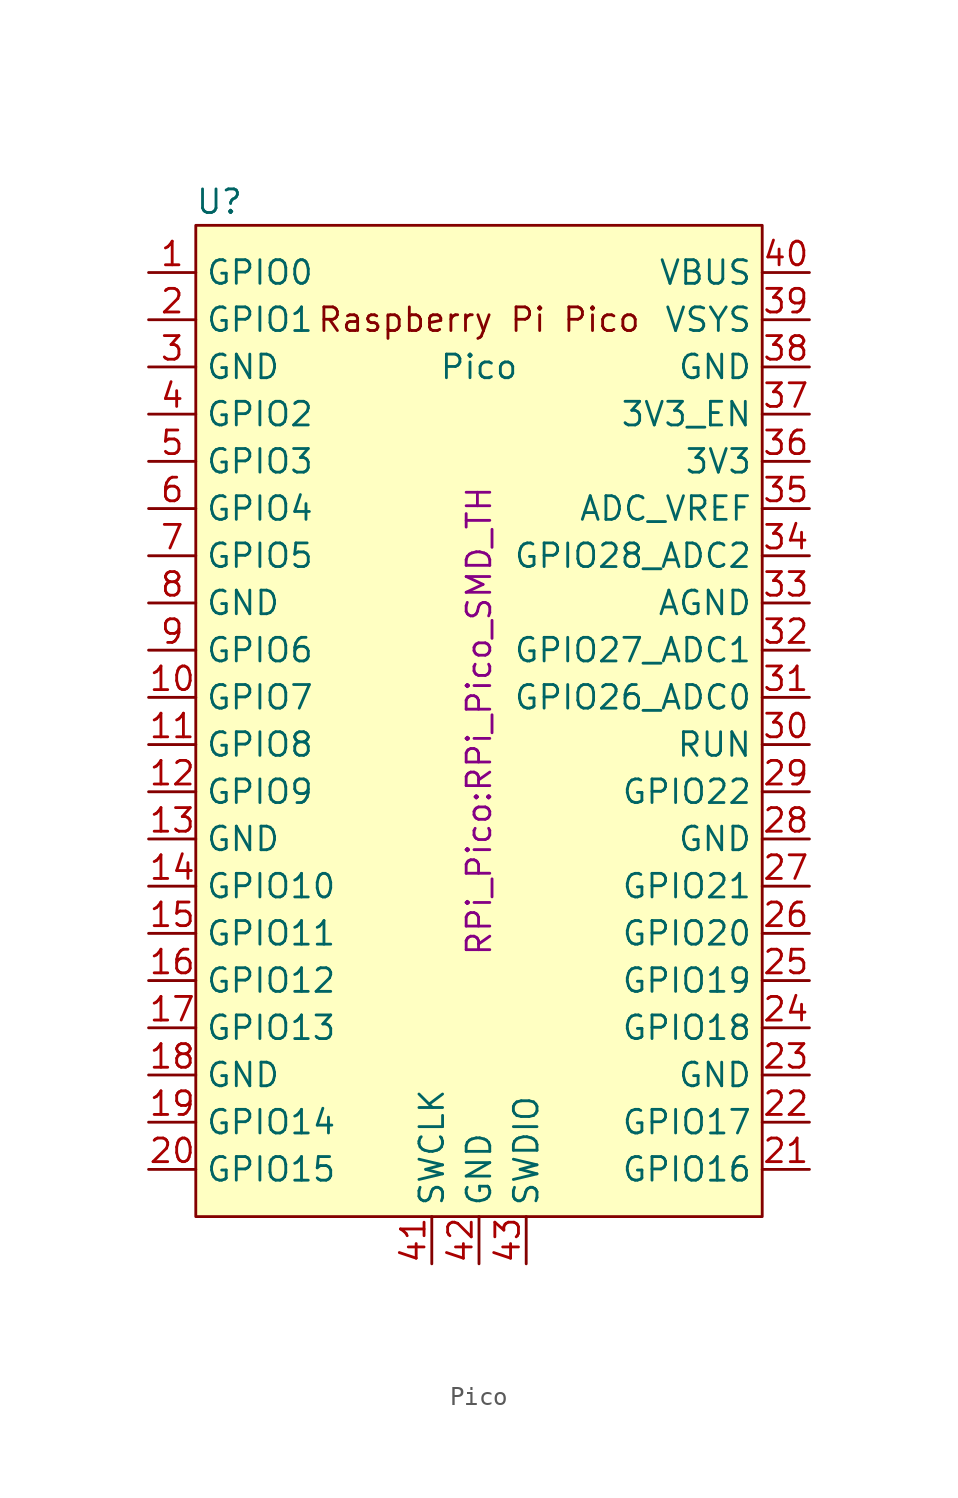
<source format=kicad_sym>
(kicad_symbol_lib
  (version 20211014)
  (generator kicad_symbol_editor)
  (symbol "Pico"
    (property "Reference" "U"
      (at -13.97 27.94 0)
      (effects (font (size 1.27 1.27))))
    (property "Value" "Pico"
      (at 0 19.05 0)
      (effects (font (size 1.27 1.27))))
    (property "Footprint" "RPi_Pico:RPi_Pico_SMD_TH"
      (at 0 0 90)
      (effects (font (size 1.27 1.27))))
    (symbol "Pico_0_0"
      (text "Raspberry Pi Pico" (at 0 21.59 0) (effects (font (size 1.27 1.27)))))
    (symbol "Pico_0_1"
      (rectangle (start -15.24 26.67) (end 15.24 -26.67) (stroke (width 0) (type default) (color 0 0 0 0)) (fill (type background))))
    (symbol "Pico_1_1"
      (pin bidirectional line (at -17.78 24.13 0) (length 2.54) (name "GPIO0" (effects (font (size 1.27 1.27)))) (number "1" (effects (font (size 1.27 1.27)))))
      (pin bidirectional line (at -17.78 1.27 0) (length 2.54) (name "GPIO7" (effects (font (size 1.27 1.27)))) (number "10" (effects (font (size 1.27 1.27)))))
      (pin bidirectional line (at -17.78 -1.27 0) (length 2.54) (name "GPIO8" (effects (font (size 1.27 1.27)))) (number "11" (effects (font (size 1.27 1.27)))))
      (pin bidirectional line (at -17.78 -3.81 0) (length 2.54) (name "GPIO9" (effects (font (size 1.27 1.27)))) (number "12" (effects (font (size 1.27 1.27)))))
      (pin power_in line (at -17.78 -6.35 0) (length 2.54) (name "GND" (effects (font (size 1.27 1.27)))) (number "13" (effects (font (size 1.27 1.27)))))
      (pin bidirectional line (at -17.78 -8.89 0) (length 2.54) (name "GPIO10" (effects (font (size 1.27 1.27)))) (number "14" (effects (font (size 1.27 1.27)))))
      (pin bidirectional line (at -17.78 -11.43 0) (length 2.54) (name "GPIO11" (effects (font (size 1.27 1.27)))) (number "15" (effects (font (size 1.27 1.27)))))
      (pin bidirectional line (at -17.78 -13.97 0) (length 2.54) (name "GPIO12" (effects (font (size 1.27 1.27)))) (number "16" (effects (font (size 1.27 1.27)))))
      (pin bidirectional line (at -17.78 -16.51 0) (length 2.54) (name "GPIO13" (effects (font (size 1.27 1.27)))) (number "17" (effects (font (size 1.27 1.27)))))
      (pin power_in line (at -17.78 -19.05 0) (length 2.54) (name "GND" (effects (font (size 1.27 1.27)))) (number "18" (effects (font (size 1.27 1.27)))))
      (pin bidirectional line (at -17.78 -21.59 0) (length 2.54) (name "GPIO14" (effects (font (size 1.27 1.27)))) (number "19" (effects (font (size 1.27 1.27)))))
      (pin bidirectional line (at -17.78 21.59 0) (length 2.54) (name "GPIO1" (effects (font (size 1.27 1.27)))) (number "2" (effects (font (size 1.27 1.27)))))
      (pin bidirectional line (at -17.78 -24.13 0) (length 2.54) (name "GPIO15" (effects (font (size 1.27 1.27)))) (number "20" (effects (font (size 1.27 1.27)))))
      (pin bidirectional line (at 17.78 -24.13 180) (length 2.54) (name "GPIO16" (effects (font (size 1.27 1.27)))) (number "21" (effects (font (size 1.27 1.27)))))
      (pin bidirectional line (at 17.78 -21.59 180) (length 2.54) (name "GPIO17" (effects (font (size 1.27 1.27)))) (number "22" (effects (font (size 1.27 1.27)))))
      (pin power_in line (at 17.78 -19.05 180) (length 2.54) (name "GND" (effects (font (size 1.27 1.27)))) (number "23" (effects (font (size 1.27 1.27)))))
      (pin bidirectional line (at 17.78 -16.51 180) (length 2.54) (name "GPIO18" (effects (font (size 1.27 1.27)))) (number "24" (effects (font (size 1.27 1.27)))))
      (pin bidirectional line (at 17.78 -13.97 180) (length 2.54) (name "GPIO19" (effects (font (size 1.27 1.27)))) (number "25" (effects (font (size 1.27 1.27)))))
      (pin bidirectional line (at 17.78 -11.43 180) (length 2.54) (name "GPIO20" (effects (font (size 1.27 1.27)))) (number "26" (effects (font (size 1.27 1.27)))))
      (pin bidirectional line (at 17.78 -8.89 180) (length 2.54) (name "GPIO21" (effects (font (size 1.27 1.27)))) (number "27" (effects (font (size 1.27 1.27)))))
      (pin power_in line (at 17.78 -6.35 180) (length 2.54) (name "GND" (effects (font (size 1.27 1.27)))) (number "28" (effects (font (size 1.27 1.27)))))
      (pin bidirectional line (at 17.78 -3.81 180) (length 2.54) (name "GPIO22" (effects (font (size 1.27 1.27)))) (number "29" (effects (font (size 1.27 1.27)))))
      (pin power_in line (at -17.78 19.05 0) (length 2.54) (name "GND" (effects (font (size 1.27 1.27)))) (number "3" (effects (font (size 1.27 1.27)))))
      (pin input line (at 17.78 -1.27 180) (length 2.54) (name "RUN" (effects (font (size 1.27 1.27)))) (number "30" (effects (font (size 1.27 1.27)))))
      (pin bidirectional line (at 17.78 1.27 180) (length 2.54) (name "GPIO26_ADC0" (effects (font (size 1.27 1.27)))) (number "31" (effects (font (size 1.27 1.27)))))
      (pin bidirectional line (at 17.78 3.81 180) (length 2.54) (name "GPIO27_ADC1" (effects (font (size 1.27 1.27)))) (number "32" (effects (font (size 1.27 1.27)))))
      (pin power_in line (at 17.78 6.35 180) (length 2.54) (name "AGND" (effects (font (size 1.27 1.27)))) (number "33" (effects (font (size 1.27 1.27)))))
      (pin bidirectional line (at 17.78 8.89 180) (length 2.54) (name "GPIO28_ADC2" (effects (font (size 1.27 1.27)))) (number "34" (effects (font (size 1.27 1.27)))))
      (pin power_in line (at 17.78 11.43 180) (length 2.54) (name "ADC_VREF" (effects (font (size 1.27 1.27)))) (number "35" (effects (font (size 1.27 1.27)))))
      (pin power_in line (at 17.78 13.97 180) (length 2.54) (name "3V3" (effects (font (size 1.27 1.27)))) (number "36" (effects (font (size 1.27 1.27)))))
      (pin input line (at 17.78 16.51 180) (length 2.54) (name "3V3_EN" (effects (font (size 1.27 1.27)))) (number "37" (effects (font (size 1.27 1.27)))))
      (pin bidirectional line (at 17.78 19.05 180) (length 2.54) (name "GND" (effects (font (size 1.27 1.27)))) (number "38" (effects (font (size 1.27 1.27)))))
      (pin power_in line (at 17.78 21.59 180) (length 2.54) (name "VSYS" (effects (font (size 1.27 1.27)))) (number "39" (effects (font (size 1.27 1.27)))))
      (pin bidirectional line (at -17.78 16.51 0) (length 2.54) (name "GPIO2" (effects (font (size 1.27 1.27)))) (number "4" (effects (font (size 1.27 1.27)))))
      (pin power_in line (at 17.78 24.13 180) (length 2.54) (name "VBUS" (effects (font (size 1.27 1.27)))) (number "40" (effects (font (size 1.27 1.27)))))
      (pin input line (at -2.54 -29.21 90) (length 2.54) (name "SWCLK" (effects (font (size 1.27 1.27)))) (number "41" (effects (font (size 1.27 1.27)))))
      (pin power_in line (at 0 -29.21 90) (length 2.54) (name "GND" (effects (font (size 1.27 1.27)))) (number "42" (effects (font (size 1.27 1.27)))))
      (pin bidirectional line (at 2.54 -29.21 90) (length 2.54) (name "SWDIO" (effects (font (size 1.27 1.27)))) (number "43" (effects (font (size 1.27 1.27)))))
      (pin bidirectional line (at -17.78 13.97 0) (length 2.54) (name "GPIO3" (effects (font (size 1.27 1.27)))) (number "5" (effects (font (size 1.27 1.27)))))
      (pin bidirectional line (at -17.78 11.43 0) (length 2.54) (name "GPIO4" (effects (font (size 1.27 1.27)))) (number "6" (effects (font (size 1.27 1.27)))))
      (pin bidirectional line (at -17.78 8.89 0) (length 2.54) (name "GPIO5" (effects (font (size 1.27 1.27)))) (number "7" (effects (font (size 1.27 1.27)))))
      (pin power_in line (at -17.78 6.35 0) (length 2.54) (name "GND" (effects (font (size 1.27 1.27)))) (number "8" (effects (font (size 1.27 1.27)))))
      (pin bidirectional line (at -17.78 3.81 0) (length 2.54) (name "GPIO6" (effects (font (size 1.27 1.27)))) (number "9" (effects (font (size 1.27 1.27))))))))
</source>
